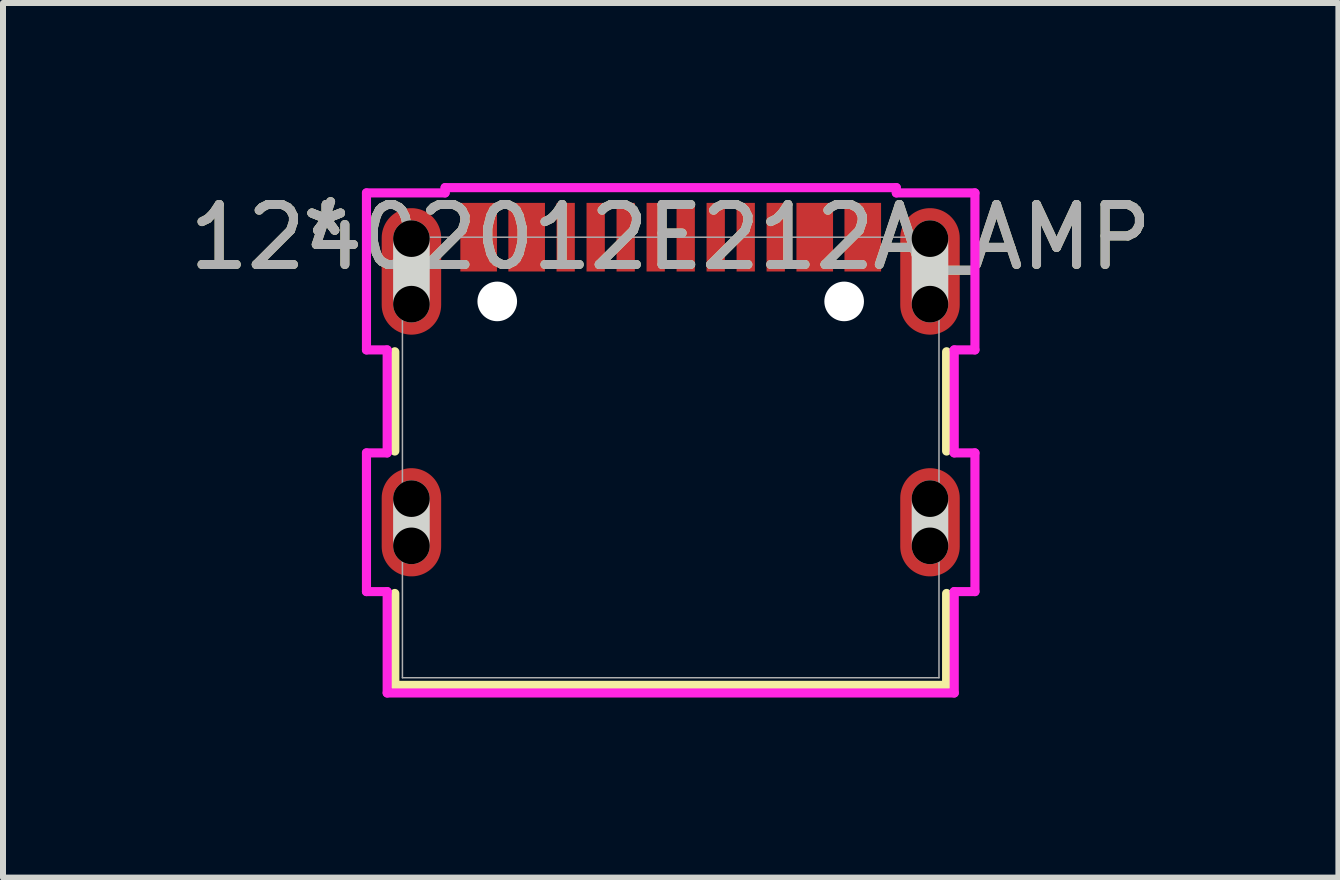
<source format=kicad_pcb>
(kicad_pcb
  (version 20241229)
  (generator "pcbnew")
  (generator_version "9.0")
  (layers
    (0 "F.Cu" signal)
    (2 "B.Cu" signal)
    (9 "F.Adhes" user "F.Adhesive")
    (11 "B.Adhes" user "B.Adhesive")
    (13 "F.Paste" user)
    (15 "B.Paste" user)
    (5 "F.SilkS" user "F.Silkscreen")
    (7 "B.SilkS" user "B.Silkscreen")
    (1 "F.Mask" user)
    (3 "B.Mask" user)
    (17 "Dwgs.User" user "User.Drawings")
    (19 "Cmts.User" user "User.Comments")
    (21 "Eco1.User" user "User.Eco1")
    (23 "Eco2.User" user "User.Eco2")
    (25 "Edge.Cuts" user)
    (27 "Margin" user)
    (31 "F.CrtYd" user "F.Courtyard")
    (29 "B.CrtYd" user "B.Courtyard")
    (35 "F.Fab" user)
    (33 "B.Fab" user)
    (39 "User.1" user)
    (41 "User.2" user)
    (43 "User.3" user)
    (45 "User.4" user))
  (footprint "12402012E212A_AMP"
    (layer "F.Cu")
    (at 8.125 4.572)
    (property "Reference" "12402012E212A_AMP" (at 0 -3.67 0) (unlocked yes) (layer "F.SilkS") (effects (font (size 1 1) (thickness 0.15))))
    (attr smd)
    (fp_line (start -4.597 -1.761) (end -4.597 -0.107) (stroke (width 0.152) (type solid)) (layer "F.SilkS"))
    (fp_line (start -4.597 2.266) (end -4.597 3.797) (stroke (width 0.152) (type solid)) (layer "F.SilkS"))
    (fp_line (start -4.597 3.797) (end 4.597 3.797) (stroke (width 0.152) (type solid)) (layer "F.SilkS"))
    (fp_line (start 4.597 -0.107) (end 4.597 -1.761) (stroke (width 0.152) (type solid)) (layer "F.SilkS"))
    (fp_line (start 4.597 3.797) (end 4.597 2.266) (stroke (width 0.152) (type solid)) (layer "F.SilkS"))
    (fp_line (start -4.32 -2.554) (end -4.32 -3.646) (stroke (width 0.61) (type solid)) (layer "Edge.Cuts"))
    (fp_line (start -4.32 1.473) (end -4.32 0.686) (stroke (width 0.61) (type solid)) (layer "Edge.Cuts"))
    (fp_line (start 4.32 -2.554) (end 4.32 -3.646) (stroke (width 0.61) (type solid)) (layer "Edge.Cuts"))
    (fp_line (start 4.32 1.473) (end 4.32 0.686) (stroke (width 0.61) (type solid)) (layer "Edge.Cuts"))
    (fp_line (start -5.069 -4.408) (end -5.069 -1.792) (stroke (width 0.152) (type solid)) (layer "F.CrtYd"))
    (fp_line (start -5.069 -1.792) (end -4.724 -1.792) (stroke (width 0.152) (type solid)) (layer "F.CrtYd"))
    (fp_line (start -5.069 -0.076) (end -5.069 2.235) (stroke (width 0.152) (type solid)) (layer "F.CrtYd"))
    (fp_line (start -5.069 2.235) (end -4.724 2.235) (stroke (width 0.152) (type solid)) (layer "F.CrtYd"))
    (fp_line (start -4.724 -1.792) (end -4.724 -0.076) (stroke (width 0.152) (type solid)) (layer "F.CrtYd"))
    (fp_line (start -4.724 -0.076) (end -5.069 -0.076) (stroke (width 0.152) (type solid)) (layer "F.CrtYd"))
    (fp_line (start -4.724 2.235) (end -4.724 3.924) (stroke (width 0.152) (type solid)) (layer "F.CrtYd"))
    (fp_line (start -4.724 3.924) (end 4.724 3.924) (stroke (width 0.152) (type solid)) (layer "F.CrtYd"))
    (fp_line (start -3.759 -4.496) (end -3.759 -4.408) (stroke (width 0.152) (type solid)) (layer "F.CrtYd"))
    (fp_line (start -3.759 -4.408) (end -5.069 -4.408) (stroke (width 0.152) (type solid)) (layer "F.CrtYd"))
    (fp_line (start 3.759 -4.496) (end -3.759 -4.496) (stroke (width 0.152) (type solid)) (layer "F.CrtYd"))
    (fp_line (start 3.759 -4.408) (end 3.759 -4.496) (stroke (width 0.152) (type solid)) (layer "F.CrtYd"))
    (fp_line (start 4.724 -1.792) (end 5.069 -1.792) (stroke (width 0.152) (type solid)) (layer "F.CrtYd"))
    (fp_line (start 4.724 -0.076) (end 4.724 -1.792) (stroke (width 0.152) (type solid)) (layer "F.CrtYd"))
    (fp_line (start 4.724 2.235) (end 5.069 2.235) (stroke (width 0.152) (type solid)) (layer "F.CrtYd"))
    (fp_line (start 4.724 3.924) (end 4.724 2.235) (stroke (width 0.152) (type solid)) (layer "F.CrtYd"))
    (fp_line (start 5.069 -4.408) (end 3.759 -4.408) (stroke (width 0.152) (type solid)) (layer "F.CrtYd"))
    (fp_line (start 5.069 -1.792) (end 5.069 -4.408) (stroke (width 0.152) (type solid)) (layer "F.CrtYd"))
    (fp_line (start 5.069 -0.076) (end 4.724 -0.076) (stroke (width 0.152) (type solid)) (layer "F.CrtYd"))
    (fp_line (start 5.069 2.235) (end 5.069 -0.076) (stroke (width 0.152) (type solid)) (layer "F.CrtYd"))
    (fp_line (start -4.47 -3.67) (end -4.47 3.67) (stroke (width 0.025) (type solid)) (layer "F.Fab"))
    (fp_line (start -4.47 3.67) (end 4.47 3.67) (stroke (width 0.025) (type solid)) (layer "F.Fab"))
    (fp_line (start 0 -3.67) (end 0 -3.67) (stroke (width 0.025) (type solid)) (layer "F.Fab"))
    (fp_line (start 0 -3.67) (end 0 -3.67) (stroke (width 0.025) (type solid)) (layer "F.Fab"))
    (fp_line (start 0 -3.67) (end 0 -3.67) (stroke (width 0.025) (type solid)) (layer "F.Fab"))
    (fp_line (start 0 -3.67) (end 0 -3.67) (stroke (width 0.025) (type solid)) (layer "F.Fab"))
    (fp_line (start 4.47 -3.67) (end -4.47 -3.67) (stroke (width 0.025) (type solid)) (layer "F.Fab"))
    (fp_line (start 4.47 3.67) (end 4.47 -3.67) (stroke (width 0.025) (type solid)) (layer "F.Fab"))
    (fp_text user "*" (at -5.74 -3.67 0) (layer "F.SilkS") (effects (font (size 1 1) (thickness 0.15))))
    (fp_text user "*" (at -5.74 -3.67 0) (unlocked yes) (layer "F.SilkS") (effects (font (size 1 1) (thickness 0.15))))
    (fp_text user "*" (at -5.74 -3.67 0) (layer "F.Fab") (effects (font (size 1 1) (thickness 0.15))))
    (fp_text user "${REFERENCE}" (at 0 -3.67 0) (unlocked yes) (layer "F.Fab") (effects (font (size 1 1) (thickness 0.15))))
    (fp_text user "*" (at -5.74 -3.67 0) (unlocked yes) (layer "F.Fab") (effects (font (size 1 1) (thickness 0.15))))
    (pad "" np_thru_hole circle (at -4.32 -3.646) (size 0.61 0.61) (drill 0.61) (layers))
    (pad "" np_thru_hole circle (at -4.32 -2.554) (size 0.61 0.61) (drill 0.61) (layers))
    (pad "" np_thru_hole circle (at -4.32 0.686) (size 0.61 0.61) (drill 0.61) (layers))
    (pad "" np_thru_hole circle (at -4.32 1.473) (size 0.61 0.61) (drill 0.61) (layers))
    (pad "" np_thru_hole circle (at -2.89 -2.6) (size 0.66 0.66) (drill 0.66) (layers "*.Cu" "*.Mask"))
    (pad "" np_thru_hole circle (at 2.89 -2.6) (size 0.66 0.66) (drill 0.66) (layers "*.Cu" "*.Mask"))
    (pad "" np_thru_hole circle (at 4.32 -3.646) (size 0.61 0.61) (drill 0.61) (layers))
    (pad "" np_thru_hole circle (at 4.32 -2.554) (size 0.61 0.61) (drill 0.61) (layers))
    (pad "" np_thru_hole circle (at 4.32 0.686) (size 0.61 0.61) (drill 0.61) (layers))
    (pad "" np_thru_hole circle (at 4.32 1.473) (size 0.61 0.61) (drill 0.61) (layers))
    (pad "13" smd oval (at -4.32 -3.1) (size 0.991 2.108) (layers "F.Cu" "F.Mask" "F.Paste"))
    (pad "14" smd oval (at 4.32 -3.1) (size 0.991 2.108) (layers "F.Cu" "F.Mask" "F.Paste"))
    (pad "15" smd oval (at -4.32 1.08) (size 0.991 1.803) (layers "F.Cu" "F.Mask" "F.Paste"))
    (pad "16" smd oval (at 4.32 1.08) (size 0.991 1.803) (layers "F.Cu" "F.Mask" "F.Paste"))
    (pad "A1-B12" smd rect (at -3.2 -3.67) (size 0.61 1.143) (layers "F.Cu" "F.Mask" "F.Paste"))
    (pad "A4-B9" smd rect (at -2.4 -3.67) (size 0.61 1.143) (layers "F.Cu" "F.Mask" "F.Paste"))
    (pad "A5" smd rect (at -1.25 -3.67) (size 0.305 1.143) (layers "F.Cu" "F.Mask" "F.Paste"))
    (pad "A6" smd rect (at -0.25 -3.67) (size 0.305 1.143) (layers "F.Cu" "F.Mask" "F.Paste"))
    (pad "A7" smd rect (at 0.25 -3.67) (size 0.305 1.143) (layers "F.Cu" "F.Mask" "F.Paste"))
    (pad "A8" smd rect (at 1.25 -3.67) (size 0.305 1.143) (layers "F.Cu" "F.Mask" "F.Paste"))
    (pad "B1-A12" smd rect (at 3.2 -3.67) (size 0.61 1.143) (layers "F.Cu" "F.Mask" "F.Paste"))
    (pad "B4-A9" smd rect (at 2.4 -3.67) (size 0.61 1.143) (layers "F.Cu" "F.Mask" "F.Paste"))
    (pad "B5" smd rect (at 1.75 -3.67) (size 0.305 1.143) (layers "F.Cu" "F.Mask" "F.Paste"))
    (pad "B6" smd rect (at 0.75 -3.67) (size 0.305 1.143) (layers "F.Cu" "F.Mask" "F.Paste"))
    (pad "B7" smd rect (at -0.75 -3.67) (size 0.305 1.143) (layers "F.Cu" "F.Mask" "F.Paste"))
    (pad "B8" smd rect (at -1.75 -3.67) (size 0.305 1.143) (layers "F.Cu" "F.Mask" "F.Paste")))
  (gr_rect
    (start -3 -3)
    (end 19.25 11.572)
    (stroke (width 0.1) (type default))
    (fill no)
    (layer "Edge.Cuts")))
</source>
